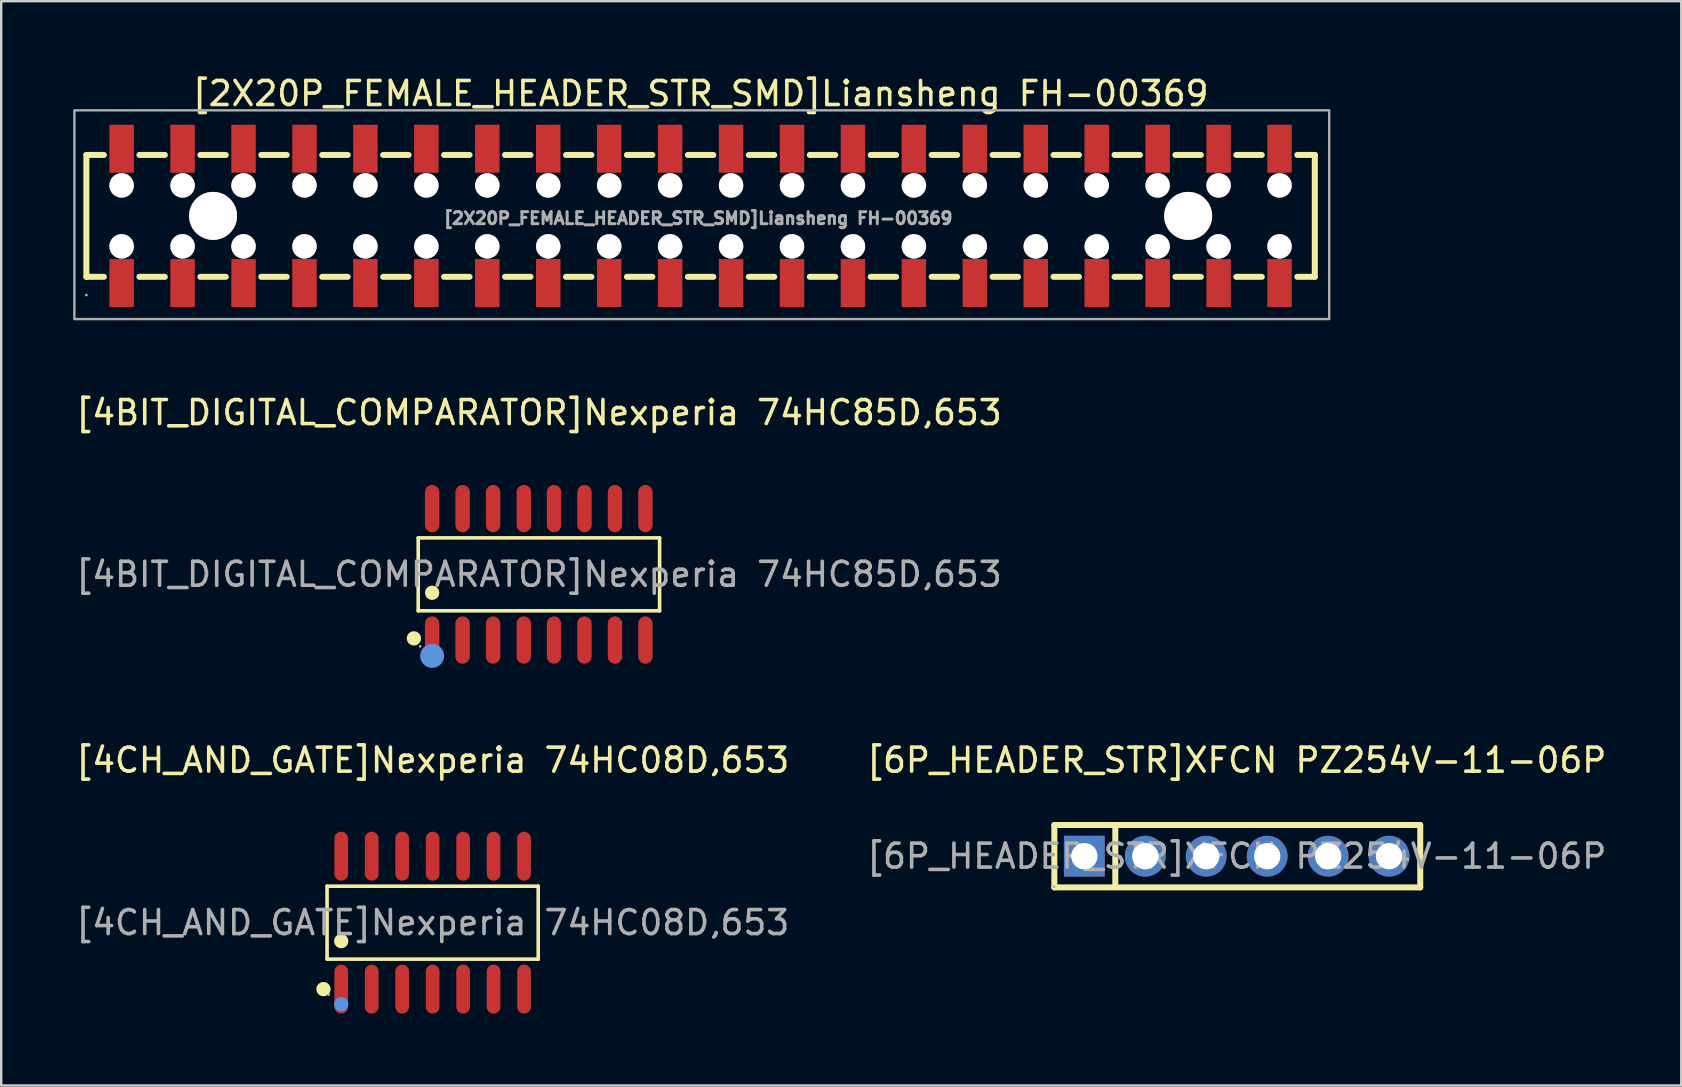
<source format=kicad_pcb>
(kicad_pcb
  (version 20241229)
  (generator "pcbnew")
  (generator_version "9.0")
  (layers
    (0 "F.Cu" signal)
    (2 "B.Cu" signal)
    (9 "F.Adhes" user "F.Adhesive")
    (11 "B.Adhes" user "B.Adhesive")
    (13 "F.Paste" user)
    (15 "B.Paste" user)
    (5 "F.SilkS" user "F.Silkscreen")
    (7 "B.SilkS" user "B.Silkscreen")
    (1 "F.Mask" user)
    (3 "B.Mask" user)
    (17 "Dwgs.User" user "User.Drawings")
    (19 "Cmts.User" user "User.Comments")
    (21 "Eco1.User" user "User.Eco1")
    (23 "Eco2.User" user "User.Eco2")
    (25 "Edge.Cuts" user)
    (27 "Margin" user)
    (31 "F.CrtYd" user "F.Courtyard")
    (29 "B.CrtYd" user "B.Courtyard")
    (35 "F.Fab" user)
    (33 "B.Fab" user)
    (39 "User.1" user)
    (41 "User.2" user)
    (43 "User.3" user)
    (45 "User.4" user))
  (footprint "[4BIT_DIGITAL_COMPARATOR]Nexperia 74HC85D,653"
    (layer "F.Cu")
    (at 19.411 20.887)
    (property "Reference" "[4BIT_DIGITAL_COMPARATOR]Nexperia 74HC85D,653" (at 0 -6.74 0) (layer "F.SilkS") (effects (font (size 1 1) (thickness 0.15))))
    (attr smd)
    (fp_line (start -5.03 -1.52) (end 5.03 -1.52) (stroke (width 0.15) (type solid)) (layer "F.SilkS"))
    (fp_line (start -5.03 1.52) (end -5.03 -1.52) (stroke (width 0.15) (type solid)) (layer "F.SilkS"))
    (fp_line (start 5.03 -1.52) (end 5.03 1.52) (stroke (width 0.15) (type solid)) (layer "F.SilkS"))
    (fp_line (start 5.03 1.52) (end -5.03 1.52) (stroke (width 0.15) (type solid)) (layer "F.SilkS"))
    (fp_circle (center -5.21 2.67) (end -5.06 2.67) (stroke (width 0.3) (type solid)) (fill no) (layer "F.SilkS"))
    (fp_circle (center -4.45 0.77) (end -4.3 0.77) (stroke (width 0.3) (type solid)) (fill no) (layer "F.SilkS"))
    (fp_circle (center -4.45 3.4) (end -4.2 3.4) (stroke (width 0.5) (type solid)) (fill no) (layer "Cmts.User"))
    (fp_circle (center -4.95 3) (end -4.92 3) (stroke (width 0.06) (type solid)) (fill no) (layer "F.Fab"))
    (fp_text user "${REFERENCE}" (at 0 0 0) (layer "F.Fab") (effects (font (size 1 1) (thickness 0.15))))
    (pad "1" smd oval (at -4.45 2.74) (size 0.6 1.97) (layers "F.Cu" "F.Mask" "F.Paste"))
    (pad "2" smd oval (at -3.18 2.74) (size 0.6 1.97) (layers "F.Cu" "F.Mask" "F.Paste"))
    (pad "3" smd oval (at -1.91 2.74) (size 0.6 1.97) (layers "F.Cu" "F.Mask" "F.Paste"))
    (pad "4" smd oval (at -0.63 2.74) (size 0.6 1.97) (layers "F.Cu" "F.Mask" "F.Paste"))
    (pad "5" smd oval (at 0.63 2.74) (size 0.6 1.97) (layers "F.Cu" "F.Mask" "F.Paste"))
    (pad "6" smd oval (at 1.9 2.74) (size 0.6 1.97) (layers "F.Cu" "F.Mask" "F.Paste"))
    (pad "7" smd oval (at 3.17 2.74) (size 0.6 1.97) (layers "F.Cu" "F.Mask" "F.Paste"))
    (pad "8" smd oval (at 4.44 2.74) (size 0.6 1.97) (layers "F.Cu" "F.Mask" "F.Paste"))
    (pad "9" smd oval (at 4.44 -2.74) (size 0.6 1.97) (layers "F.Cu" "F.Mask" "F.Paste"))
    (pad "10" smd oval (at 3.17 -2.74) (size 0.6 1.97) (layers "F.Cu" "F.Mask" "F.Paste"))
    (pad "11" smd oval (at 1.9 -2.74) (size 0.6 1.97) (layers "F.Cu" "F.Mask" "F.Paste"))
    (pad "12" smd oval (at 0.63 -2.74) (size 0.6 1.97) (layers "F.Cu" "F.Mask" "F.Paste"))
    (pad "13" smd oval (at -0.63 -2.74) (size 0.6 1.97) (layers "F.Cu" "F.Mask" "F.Paste"))
    (pad "14" smd oval (at -1.91 -2.74) (size 0.6 1.97) (layers "F.Cu" "F.Mask" "F.Paste"))
    (pad "15" smd oval (at -3.18 -2.74) (size 0.6 1.97) (layers "F.Cu" "F.Mask" "F.Paste"))
    (pad "16" smd oval (at -4.45 -2.74) (size 0.6 1.97) (layers "F.Cu" "F.Mask" "F.Paste")))
  (footprint "[6P_HEADER_STR]XFCN PZ254V-11-06P"
    (layer "F.Cu")
    (at 48.494 32.635)
    (property "Reference" "[6P_HEADER_STR]XFCN PZ254V-11-06P" (at 0 -4 0) (layer "F.SilkS") (effects (font (size 1 1) (thickness 0.15))))
    (attr through_hole)
    (fp_line (start -7.6 -1.3) (end 7.65 -1.3) (stroke (width 0.25) (type solid)) (layer "F.SilkS"))
    (fp_line (start -7.6 1.3) (end -7.6 -1.3) (stroke (width 0.25) (type solid)) (layer "F.SilkS"))
    (fp_line (start -5.06 -1.27) (end -5.06 1.27) (stroke (width 0.25) (type solid)) (layer "F.SilkS"))
    (fp_line (start 7.65 -1.3) (end 7.65 1.3) (stroke (width 0.25) (type solid)) (layer "F.SilkS"))
    (fp_line (start 7.65 1.3) (end -7.6 1.3) (stroke (width 0.25) (type solid)) (layer "F.SilkS"))
    (fp_circle (center -7.62 1.27) (end -7.59 1.27) (stroke (width 0.06) (type solid)) (fill no) (layer "F.Fab"))
    (fp_text user "${REFERENCE}" (at 0 0 0) (layer "F.Fab") (effects (font (size 1 1) (thickness 0.15))))
    (pad "1" thru_hole rect (at -6.35 0) (size 1.7 1.7) (drill 1.1) (layers "*.Cu" "*.Mask"))
    (pad "2" thru_hole circle (at -3.81 0) (size 1.7 1.7) (drill 1.1) (layers "*.Cu" "*.Mask"))
    (pad "3" thru_hole circle (at -1.27 0) (size 1.7 1.7) (drill 1.1) (layers "*.Cu" "*.Mask"))
    (pad "4" thru_hole circle (at 1.27 0) (size 1.7 1.7) (drill 1.1) (layers "*.Cu" "*.Mask"))
    (pad "5" thru_hole circle (at 3.81 0) (size 1.7 1.7) (drill 1.1) (layers "*.Cu" "*.Mask"))
    (pad "6" thru_hole circle (at 6.35 0) (size 1.7 1.7) (drill 1.1) (layers "*.Cu" "*.Mask")))
  (footprint "[2X20P_FEMALE_HEADER_STR_SMD]Liansheng FH-00369"
    (layer "F.Cu")
    (at 26.15 5.948)
    (property "Reference" "[2X20P_FEMALE_HEADER_STR_SMD]Liansheng FH-00369" (at 0 -5.1 0) (layer "F.SilkS") (effects (font (size 1 1) (thickness 0.15))))
    (attr smd)
    (fp_line (start -25.6 -2.54) (end -25.6 2.54) (stroke (width 0.25) (type solid)) (layer "F.SilkS"))
    (fp_line (start -25.6 -2.54) (end -24.87 -2.54) (stroke (width 0.25) (type solid)) (layer "F.SilkS"))
    (fp_line (start -25.6 2.54) (end -24.87 2.54) (stroke (width 0.25) (type solid)) (layer "F.SilkS"))
    (fp_line (start -23.39 -2.54) (end -22.33 -2.54) (stroke (width 0.25) (type solid)) (layer "F.SilkS"))
    (fp_line (start -23.39 2.54) (end -22.33 2.54) (stroke (width 0.25) (type solid)) (layer "F.SilkS"))
    (fp_line (start -20.85 -2.54) (end -19.79 -2.54) (stroke (width 0.25) (type solid)) (layer "F.SilkS"))
    (fp_line (start -20.85 2.54) (end -19.79 2.54) (stroke (width 0.25) (type solid)) (layer "F.SilkS"))
    (fp_line (start -18.31 -2.54) (end -17.25 -2.54) (stroke (width 0.25) (type solid)) (layer "F.SilkS"))
    (fp_line (start -18.31 2.54) (end -17.25 2.54) (stroke (width 0.25) (type solid)) (layer "F.SilkS"))
    (fp_line (start -15.77 -2.54) (end -14.71 -2.54) (stroke (width 0.25) (type solid)) (layer "F.SilkS"))
    (fp_line (start -15.77 2.54) (end -14.71 2.54) (stroke (width 0.25) (type solid)) (layer "F.SilkS"))
    (fp_line (start -13.23 -2.54) (end -12.17 -2.54) (stroke (width 0.25) (type solid)) (layer "F.SilkS"))
    (fp_line (start -13.23 2.54) (end -12.17 2.54) (stroke (width 0.25) (type solid)) (layer "F.SilkS"))
    (fp_line (start -10.69 -2.54) (end -9.63 -2.54) (stroke (width 0.25) (type solid)) (layer "F.SilkS"))
    (fp_line (start -10.69 2.54) (end -9.63 2.54) (stroke (width 0.25) (type solid)) (layer "F.SilkS"))
    (fp_line (start -8.15 -2.54) (end -7.09 -2.54) (stroke (width 0.25) (type solid)) (layer "F.SilkS"))
    (fp_line (start -8.15 2.54) (end -7.09 2.54) (stroke (width 0.25) (type solid)) (layer "F.SilkS"))
    (fp_line (start -5.61 -2.54) (end -4.55 -2.54) (stroke (width 0.25) (type solid)) (layer "F.SilkS"))
    (fp_line (start -5.61 2.54) (end -4.55 2.54) (stroke (width 0.25) (type solid)) (layer "F.SilkS"))
    (fp_line (start -3.07 -2.54) (end -2.01 -2.54) (stroke (width 0.25) (type solid)) (layer "F.SilkS"))
    (fp_line (start -3.07 2.54) (end -2.01 2.54) (stroke (width 0.25) (type solid)) (layer "F.SilkS"))
    (fp_line (start -0.53 -2.54) (end 0.53 -2.54) (stroke (width 0.25) (type solid)) (layer "F.SilkS"))
    (fp_line (start -0.53 2.54) (end 0.53 2.54) (stroke (width 0.25) (type solid)) (layer "F.SilkS"))
    (fp_line (start 2.01 -2.54) (end 3.07 -2.54) (stroke (width 0.25) (type solid)) (layer "F.SilkS"))
    (fp_line (start 2.01 2.54) (end 3.07 2.54) (stroke (width 0.25) (type solid)) (layer "F.SilkS"))
    (fp_line (start 4.55 -2.54) (end 5.61 -2.54) (stroke (width 0.25) (type solid)) (layer "F.SilkS"))
    (fp_line (start 4.55 2.54) (end 5.61 2.54) (stroke (width 0.25) (type solid)) (layer "F.SilkS"))
    (fp_line (start 7.09 -2.54) (end 8.15 -2.54) (stroke (width 0.25) (type solid)) (layer "F.SilkS"))
    (fp_line (start 7.09 2.54) (end 8.15 2.54) (stroke (width 0.25) (type solid)) (layer "F.SilkS"))
    (fp_line (start 9.63 -2.54) (end 10.69 -2.54) (stroke (width 0.25) (type solid)) (layer "F.SilkS"))
    (fp_line (start 9.63 2.54) (end 10.69 2.54) (stroke (width 0.25) (type solid)) (layer "F.SilkS"))
    (fp_line (start 12.17 -2.54) (end 13.23 -2.54) (stroke (width 0.25) (type solid)) (layer "F.SilkS"))
    (fp_line (start 12.17 2.54) (end 13.23 2.54) (stroke (width 0.25) (type solid)) (layer "F.SilkS"))
    (fp_line (start 14.71 -2.54) (end 15.77 -2.54) (stroke (width 0.25) (type solid)) (layer "F.SilkS"))
    (fp_line (start 14.71 2.54) (end 15.77 2.54) (stroke (width 0.25) (type solid)) (layer "F.SilkS"))
    (fp_line (start 17.25 -2.54) (end 18.31 -2.54) (stroke (width 0.25) (type solid)) (layer "F.SilkS"))
    (fp_line (start 17.25 2.54) (end 18.31 2.54) (stroke (width 0.25) (type solid)) (layer "F.SilkS"))
    (fp_line (start 19.79 -2.54) (end 20.85 -2.54) (stroke (width 0.25) (type solid)) (layer "F.SilkS"))
    (fp_line (start 19.79 2.54) (end 20.85 2.54) (stroke (width 0.25) (type solid)) (layer "F.SilkS"))
    (fp_line (start 22.33 -2.54) (end 23.39 -2.54) (stroke (width 0.25) (type solid)) (layer "F.SilkS"))
    (fp_line (start 22.33 2.54) (end 23.39 2.54) (stroke (width 0.25) (type solid)) (layer "F.SilkS"))
    (fp_line (start 24.87 -2.54) (end 25.6 -2.54) (stroke (width 0.25) (type solid)) (layer "F.SilkS"))
    (fp_line (start 24.87 2.54) (end 25.6 2.54) (stroke (width 0.25) (type solid)) (layer "F.SilkS"))
    (fp_line (start 25.6 -2.54) (end 25.6 2.54) (stroke (width 0.25) (type solid)) (layer "F.SilkS"))
    (fp_circle (center -20.32 0) (end -19.92 0) (stroke (width 0.8) (type solid)) (fill no) (layer "Cmts.User"))
    (fp_circle (center 20.32 0) (end 20.72 0) (stroke (width 0.8) (type solid)) (fill no) (layer "Cmts.User"))
    (fp_rect (start -26.1 -4.4) (end 26.2 4.3) (stroke (width 0.1) (type solid)) (fill no) (layer "F.Fab"))
    (fp_circle (center -25.6 3.3) (end -25.57 3.3) (stroke (width 0.06) (type solid)) (fill no) (layer "F.Fab"))
    (fp_text user "${REFERENCE}" (at -0.1 0.1 0) (layer "F.Fab") (effects (font (size 0.5 0.5) (thickness 0.125))))
    (pad "" thru_hole circle (at -24.13 -1.27) (size 1.02 1.02) (drill 1.02) (layers "*.Cu" "*.Mask"))
    (pad "" thru_hole circle (at -24.13 1.27) (size 1.02 1.02) (drill 1.02) (layers "*.Cu" "*.Mask"))
    (pad "" thru_hole circle (at -21.59 -1.27) (size 1.02 1.02) (drill 1.02) (layers "*.Cu" "*.Mask"))
    (pad "" thru_hole circle (at -21.59 1.27) (size 1.02 1.02) (drill 1.02) (layers "*.Cu" "*.Mask"))
    (pad "" thru_hole circle (at -20.32 0) (size 2 2) (drill 2) (layers "*.Cu" "*.Mask"))
    (pad "" thru_hole circle (at -19.05 -1.27) (size 1.02 1.02) (drill 1.02) (layers "*.Cu" "*.Mask"))
    (pad "" thru_hole circle (at -19.05 1.27) (size 1.02 1.02) (drill 1.02) (layers "*.Cu" "*.Mask"))
    (pad "" thru_hole circle (at -16.51 -1.27) (size 1.02 1.02) (drill 1.02) (layers "*.Cu" "*.Mask"))
    (pad "" thru_hole circle (at -16.51 1.27) (size 1.02 1.02) (drill 1.02) (layers "*.Cu" "*.Mask"))
    (pad "" thru_hole circle (at -13.97 -1.27) (size 1.02 1.02) (drill 1.02) (layers "*.Cu" "*.Mask"))
    (pad "" thru_hole circle (at -13.97 1.27) (size 1.02 1.02) (drill 1.02) (layers "*.Cu" "*.Mask"))
    (pad "" thru_hole circle (at -11.43 -1.27) (size 1.02 1.02) (drill 1.02) (layers "*.Cu" "*.Mask"))
    (pad "" thru_hole circle (at -11.43 1.27) (size 1.02 1.02) (drill 1.02) (layers "*.Cu" "*.Mask"))
    (pad "" thru_hole circle (at -8.89 -1.27) (size 1.02 1.02) (drill 1.02) (layers "*.Cu" "*.Mask"))
    (pad "" thru_hole circle (at -8.89 1.27) (size 1.02 1.02) (drill 1.02) (layers "*.Cu" "*.Mask"))
    (pad "" thru_hole circle (at -6.35 -1.27) (size 1.02 1.02) (drill 1.02) (layers "*.Cu" "*.Mask"))
    (pad "" thru_hole circle (at -6.35 1.27) (size 1.02 1.02) (drill 1.02) (layers "*.Cu" "*.Mask"))
    (pad "" thru_hole circle (at -3.81 -1.27) (size 1.02 1.02) (drill 1.02) (layers "*.Cu" "*.Mask"))
    (pad "" thru_hole circle (at -3.81 1.27) (size 1.02 1.02) (drill 1.02) (layers "*.Cu" "*.Mask"))
    (pad "" thru_hole circle (at -1.27 -1.27) (size 1.02 1.02) (drill 1.02) (layers "*.Cu" "*.Mask"))
    (pad "" thru_hole circle (at -1.27 1.27) (size 1.02 1.02) (drill 1.02) (layers "*.Cu" "*.Mask"))
    (pad "" thru_hole circle (at 1.27 -1.27) (size 1.02 1.02) (drill 1.02) (layers "*.Cu" "*.Mask"))
    (pad "" thru_hole circle (at 1.27 1.27) (size 1.02 1.02) (drill 1.02) (layers "*.Cu" "*.Mask"))
    (pad "" thru_hole circle (at 3.81 -1.27) (size 1.02 1.02) (drill 1.02) (layers "*.Cu" "*.Mask"))
    (pad "" thru_hole circle (at 3.81 1.27) (size 1.02 1.02) (drill 1.02) (layers "*.Cu" "*.Mask"))
    (pad "" thru_hole circle (at 6.35 -1.27) (size 1.02 1.02) (drill 1.02) (layers "*.Cu" "*.Mask"))
    (pad "" thru_hole circle (at 6.35 1.27) (size 1.02 1.02) (drill 1.02) (layers "*.Cu" "*.Mask"))
    (pad "" thru_hole circle (at 8.89 -1.27) (size 1.02 1.02) (drill 1.02) (layers "*.Cu" "*.Mask"))
    (pad "" thru_hole circle (at 8.89 1.27) (size 1.02 1.02) (drill 1.02) (layers "*.Cu" "*.Mask"))
    (pad "" thru_hole circle (at 11.43 -1.27) (size 1.02 1.02) (drill 1.02) (layers "*.Cu" "*.Mask"))
    (pad "" thru_hole circle (at 11.43 1.27) (size 1.02 1.02) (drill 1.02) (layers "*.Cu" "*.Mask"))
    (pad "" thru_hole circle (at 13.97 -1.27) (size 1.02 1.02) (drill 1.02) (layers "*.Cu" "*.Mask"))
    (pad "" thru_hole circle (at 13.97 1.27) (size 1.02 1.02) (drill 1.02) (layers "*.Cu" "*.Mask"))
    (pad "" thru_hole circle (at 16.51 -1.27) (size 1.02 1.02) (drill 1.02) (layers "*.Cu" "*.Mask"))
    (pad "" thru_hole circle (at 16.51 1.27) (size 1.02 1.02) (drill 1.02) (layers "*.Cu" "*.Mask"))
    (pad "" thru_hole circle (at 19.05 -1.27) (size 1.02 1.02) (drill 1.02) (layers "*.Cu" "*.Mask"))
    (pad "" thru_hole circle (at 19.05 1.27) (size 1.02 1.02) (drill 1.02) (layers "*.Cu" "*.Mask"))
    (pad "" thru_hole circle (at 20.32 0) (size 2 2) (drill 2) (layers "*.Cu" "*.Mask"))
    (pad "" thru_hole circle (at 21.59 -1.27) (size 1.02 1.02) (drill 1.02) (layers "*.Cu" "*.Mask"))
    (pad "" thru_hole circle (at 21.59 1.27) (size 1.02 1.02) (drill 1.02) (layers "*.Cu" "*.Mask"))
    (pad "" thru_hole circle (at 24.13 -1.27) (size 1.02 1.02) (drill 1.02) (layers "*.Cu" "*.Mask"))
    (pad "" thru_hole circle (at 24.13 1.27) (size 1.02 1.02) (drill 1.02) (layers "*.Cu" "*.Mask"))
    (pad "1" smd rect (at -24.13 2.8) (size 1.02 2) (layers "F.Cu" "F.Mask" "F.Paste"))
    (pad "2" smd rect (at -24.13 -2.8) (size 1.02 2) (layers "F.Cu" "F.Mask" "F.Paste"))
    (pad "3" smd rect (at -21.59 2.8) (size 1.02 2) (layers "F.Cu" "F.Mask" "F.Paste"))
    (pad "4" smd rect (at -21.59 -2.8) (size 1.02 2) (layers "F.Cu" "F.Mask" "F.Paste"))
    (pad "5" smd rect (at -19.05 2.8 180) (size 1.02 2) (layers "F.Cu" "F.Mask" "F.Paste"))
    (pad "6" smd rect (at -19.05 -2.8 180) (size 1.02 2) (layers "F.Cu" "F.Mask" "F.Paste"))
    (pad "7" smd rect (at -16.51 2.8 180) (size 1.02 2) (layers "F.Cu" "F.Mask" "F.Paste"))
    (pad "8" smd rect (at -16.51 -2.8 180) (size 1.02 2) (layers "F.Cu" "F.Mask" "F.Paste"))
    (pad "9" smd rect (at -13.97 2.8 180) (size 1.02 2) (layers "F.Cu" "F.Mask" "F.Paste"))
    (pad "10" smd rect (at -13.97 -2.8 180) (size 1.02 2) (layers "F.Cu" "F.Mask" "F.Paste"))
    (pad "11" smd rect (at -11.43 2.8 180) (size 1.02 2) (layers "F.Cu" "F.Mask" "F.Paste"))
    (pad "12" smd rect (at -11.43 -2.8 180) (size 1.02 2) (layers "F.Cu" "F.Mask" "F.Paste"))
    (pad "13" smd rect (at -8.89 2.8 180) (size 1.02 2) (layers "F.Cu" "F.Mask" "F.Paste"))
    (pad "14" smd rect (at -8.89 -2.8 180) (size 1.02 2) (layers "F.Cu" "F.Mask" "F.Paste"))
    (pad "15" smd rect (at -6.35 2.8 180) (size 1.02 2) (layers "F.Cu" "F.Mask" "F.Paste"))
    (pad "16" smd rect (at -6.35 -2.8 180) (size 1.02 2) (layers "F.Cu" "F.Mask" "F.Paste"))
    (pad "17" smd rect (at -3.81 2.8 180) (size 1.02 2) (layers "F.Cu" "F.Mask" "F.Paste"))
    (pad "18" smd rect (at -3.81 -2.8 180) (size 1.02 2) (layers "F.Cu" "F.Mask" "F.Paste"))
    (pad "19" smd rect (at -1.27 2.8 180) (size 1.02 2) (layers "F.Cu" "F.Mask" "F.Paste"))
    (pad "20" smd rect (at -1.27 -2.8 180) (size 1.02 2) (layers "F.Cu" "F.Mask" "F.Paste"))
    (pad "21" smd rect (at 1.27 2.8 180) (size 1.02 2) (layers "F.Cu" "F.Mask" "F.Paste"))
    (pad "22" smd rect (at 1.27 -2.8 180) (size 1.02 2) (layers "F.Cu" "F.Mask" "F.Paste"))
    (pad "23" smd rect (at 3.81 2.8 180) (size 1.02 2) (layers "F.Cu" "F.Mask" "F.Paste"))
    (pad "24" smd rect (at 3.81 -2.8 180) (size 1.02 2) (layers "F.Cu" "F.Mask" "F.Paste"))
    (pad "25" smd rect (at 6.35 2.8 180) (size 1.02 2) (layers "F.Cu" "F.Mask" "F.Paste"))
    (pad "26" smd rect (at 6.35 -2.8 180) (size 1.02 2) (layers "F.Cu" "F.Mask" "F.Paste"))
    (pad "27" smd rect (at 8.89 2.8 180) (size 1.02 2) (layers "F.Cu" "F.Mask" "F.Paste"))
    (pad "28" smd rect (at 8.89 -2.8 180) (size 1.02 2) (layers "F.Cu" "F.Mask" "F.Paste"))
    (pad "29" smd rect (at 11.43 2.8 180) (size 1.02 2) (layers "F.Cu" "F.Mask" "F.Paste"))
    (pad "30" smd rect (at 11.43 -2.8 180) (size 1.02 2) (layers "F.Cu" "F.Mask" "F.Paste"))
    (pad "31" smd rect (at 13.97 2.8 180) (size 1.02 2) (layers "F.Cu" "F.Mask" "F.Paste"))
    (pad "32" smd rect (at 13.97 -2.8 180) (size 1.02 2) (layers "F.Cu" "F.Mask" "F.Paste"))
    (pad "33" smd rect (at 16.51 2.8 180) (size 1.02 2) (layers "F.Cu" "F.Mask" "F.Paste"))
    (pad "34" smd rect (at 16.51 -2.8 180) (size 1.02 2) (layers "F.Cu" "F.Mask" "F.Paste"))
    (pad "35" smd rect (at 19.05 2.8 180) (size 1.02 2) (layers "F.Cu" "F.Mask" "F.Paste"))
    (pad "36" smd rect (at 19.05 -2.8 180) (size 1.02 2) (layers "F.Cu" "F.Mask" "F.Paste"))
    (pad "37" smd rect (at 21.59 2.8 180) (size 1.02 2) (layers "F.Cu" "F.Mask" "F.Paste"))
    (pad "38" smd rect (at 21.59 -2.8 180) (size 1.02 2) (layers "F.Cu" "F.Mask" "F.Paste"))
    (pad "39" smd rect (at 24.13 2.8 180) (size 1.02 2) (layers "F.Cu" "F.Mask" "F.Paste"))
    (pad "40" smd rect (at 24.13 -2.8 180) (size 1.02 2) (layers "F.Cu" "F.Mask" "F.Paste")))
  (footprint "[4CH_AND_GATE]Nexperia 74HC08D,653"
    (layer "F.Cu")
    (at 14.982 35.405)
    (property "Reference" "[4CH_AND_GATE]Nexperia 74HC08D,653" (at 0 -6.77 0) (layer "F.SilkS") (effects (font (size 1 1) (thickness 0.15))))
    (attr smd)
    (fp_line (start -4.4 -1.52) (end 4.4 -1.52) (stroke (width 0.15) (type solid)) (layer "F.SilkS"))
    (fp_line (start -4.4 1.52) (end -4.4 -1.52) (stroke (width 0.15) (type solid)) (layer "F.SilkS"))
    (fp_line (start 4.4 -1.52) (end 4.4 1.52) (stroke (width 0.15) (type solid)) (layer "F.SilkS"))
    (fp_line (start 4.4 1.52) (end -4.4 1.52) (stroke (width 0.15) (type solid)) (layer "F.SilkS"))
    (fp_circle (center -4.55 2.77) (end -4.4 2.77) (stroke (width 0.3) (type solid)) (fill no) (layer "F.SilkS"))
    (fp_circle (center -3.81 0.77) (end -3.66 0.77) (stroke (width 0.3) (type solid)) (fill no) (layer "F.SilkS"))
    (fp_circle (center -3.81 3.4) (end -3.66 3.4) (stroke (width 0.3) (type solid)) (fill no) (layer "Cmts.User"))
    (fp_circle (center -4.33 3) (end -4.3 3) (stroke (width 0.06) (type solid)) (fill no) (layer "F.Fab"))
    (fp_text user "${REFERENCE}" (at 0 0 0) (layer "F.Fab") (effects (font (size 1 1) (thickness 0.15))))
    (pad "1" smd oval (at -3.81 2.77) (size 0.57 2.04) (layers "F.Cu" "F.Mask" "F.Paste"))
    (pad "2" smd oval (at -2.54 2.77) (size 0.57 2.04) (layers "F.Cu" "F.Mask" "F.Paste"))
    (pad "3" smd oval (at -1.27 2.77) (size 0.57 2.04) (layers "F.Cu" "F.Mask" "F.Paste"))
    (pad "4" smd oval (at 0 2.77) (size 0.57 2.04) (layers "F.Cu" "F.Mask" "F.Paste"))
    (pad "5" smd oval (at 1.27 2.77) (size 0.57 2.04) (layers "F.Cu" "F.Mask" "F.Paste"))
    (pad "6" smd oval (at 2.54 2.77) (size 0.57 2.04) (layers "F.Cu" "F.Mask" "F.Paste"))
    (pad "7" smd oval (at 3.81 2.77) (size 0.57 2.04) (layers "F.Cu" "F.Mask" "F.Paste"))
    (pad "8" smd oval (at 3.81 -2.77) (size 0.57 2.04) (layers "F.Cu" "F.Mask" "F.Paste"))
    (pad "9" smd oval (at 2.54 -2.77) (size 0.57 2.04) (layers "F.Cu" "F.Mask" "F.Paste"))
    (pad "10" smd oval (at 1.27 -2.77) (size 0.57 2.04) (layers "F.Cu" "F.Mask" "F.Paste"))
    (pad "11" smd oval (at 0 -2.77) (size 0.57 2.04) (layers "F.Cu" "F.Mask" "F.Paste"))
    (pad "12" smd oval (at -1.27 -2.77) (size 0.57 2.04) (layers "F.Cu" "F.Mask" "F.Paste"))
    (pad "13" smd oval (at -2.54 -2.77) (size 0.57 2.04) (layers "F.Cu" "F.Mask" "F.Paste"))
    (pad "14" smd oval (at -3.81 -2.77) (size 0.57 2.04) (layers "F.Cu" "F.Mask" "F.Paste")))
  (gr_rect
    (start -3 -3)
    (end 67.024 42.195)
    (stroke (width 0.1) (type default))
    (fill no)
    (layer "Edge.Cuts")))
</source>
